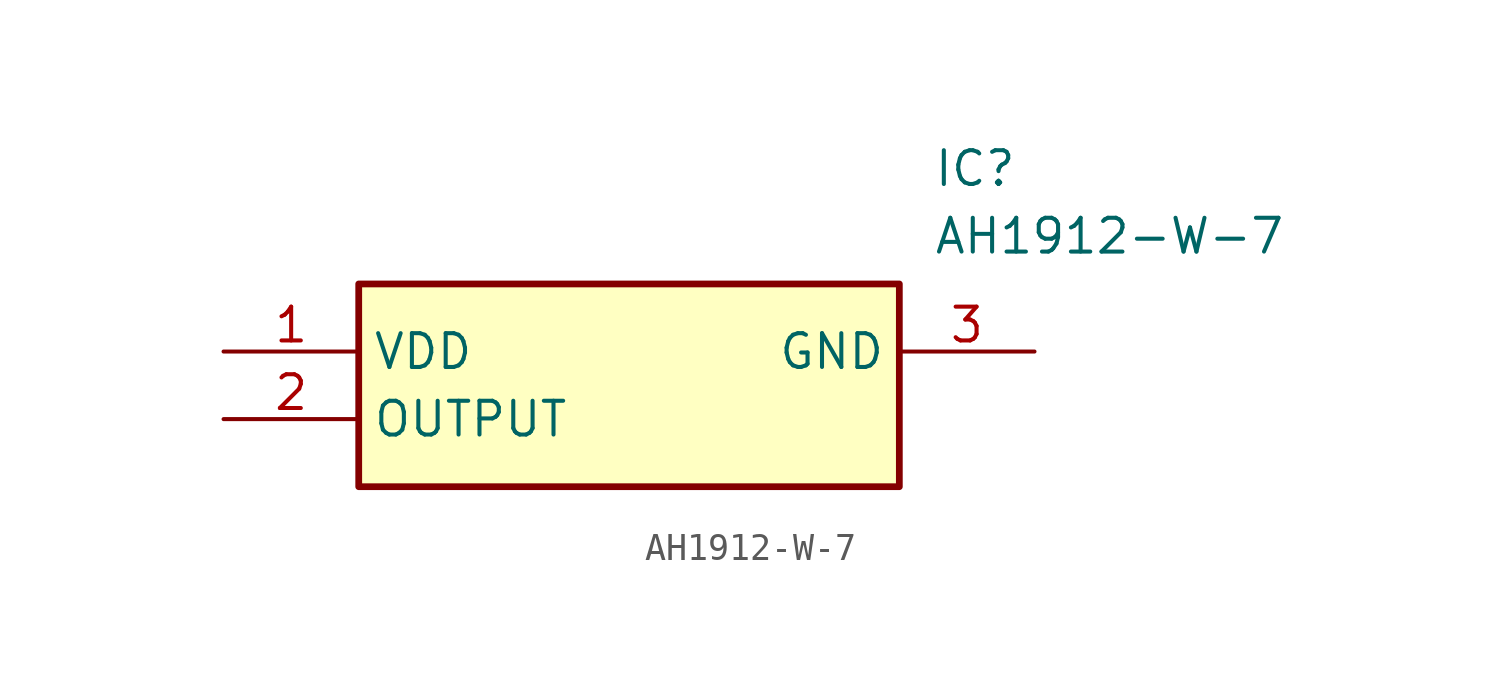
<source format=kicad_sym>
(kicad_symbol_lib
  (version 20211014)
  (generator SamacSys_ECAD_Model)
  (symbol "AH1912-W-7"
    (property "Reference" "IC"
      (at 26.67 7.62 0)
      (effects (font (size 1.27 1.27)) (justify left top)))
    (property "Value" "AH1912-W-7"
      (at 26.67 5.08 0)
      (effects (font (size 1.27 1.27)) (justify left top)))
    (rectangle
      (start 5.08 2.54)
      (end 25.4 -5.08)
      (stroke (width 0.254) (type default))
      (fill (type background)))
    (pin passive line
      (at 0 0 0)
      (length 5.08)
      (name "VDD" (effects (font (size 1.27 1.27))))
      (number "1" (effects (font (size 1.27 1.27)))))
    (pin passive line
      (at 0 -2.54 0)
      (length 5.08)
      (name "OUTPUT" (effects (font (size 1.27 1.27))))
      (number "2" (effects (font (size 1.27 1.27)))))
    (pin passive line
      (at 30.48 0 180)
      (length 5.08)
      (name "GND" (effects (font (size 1.27 1.27))))
      (number "3" (effects (font (size 1.27 1.27)))))))
</source>
